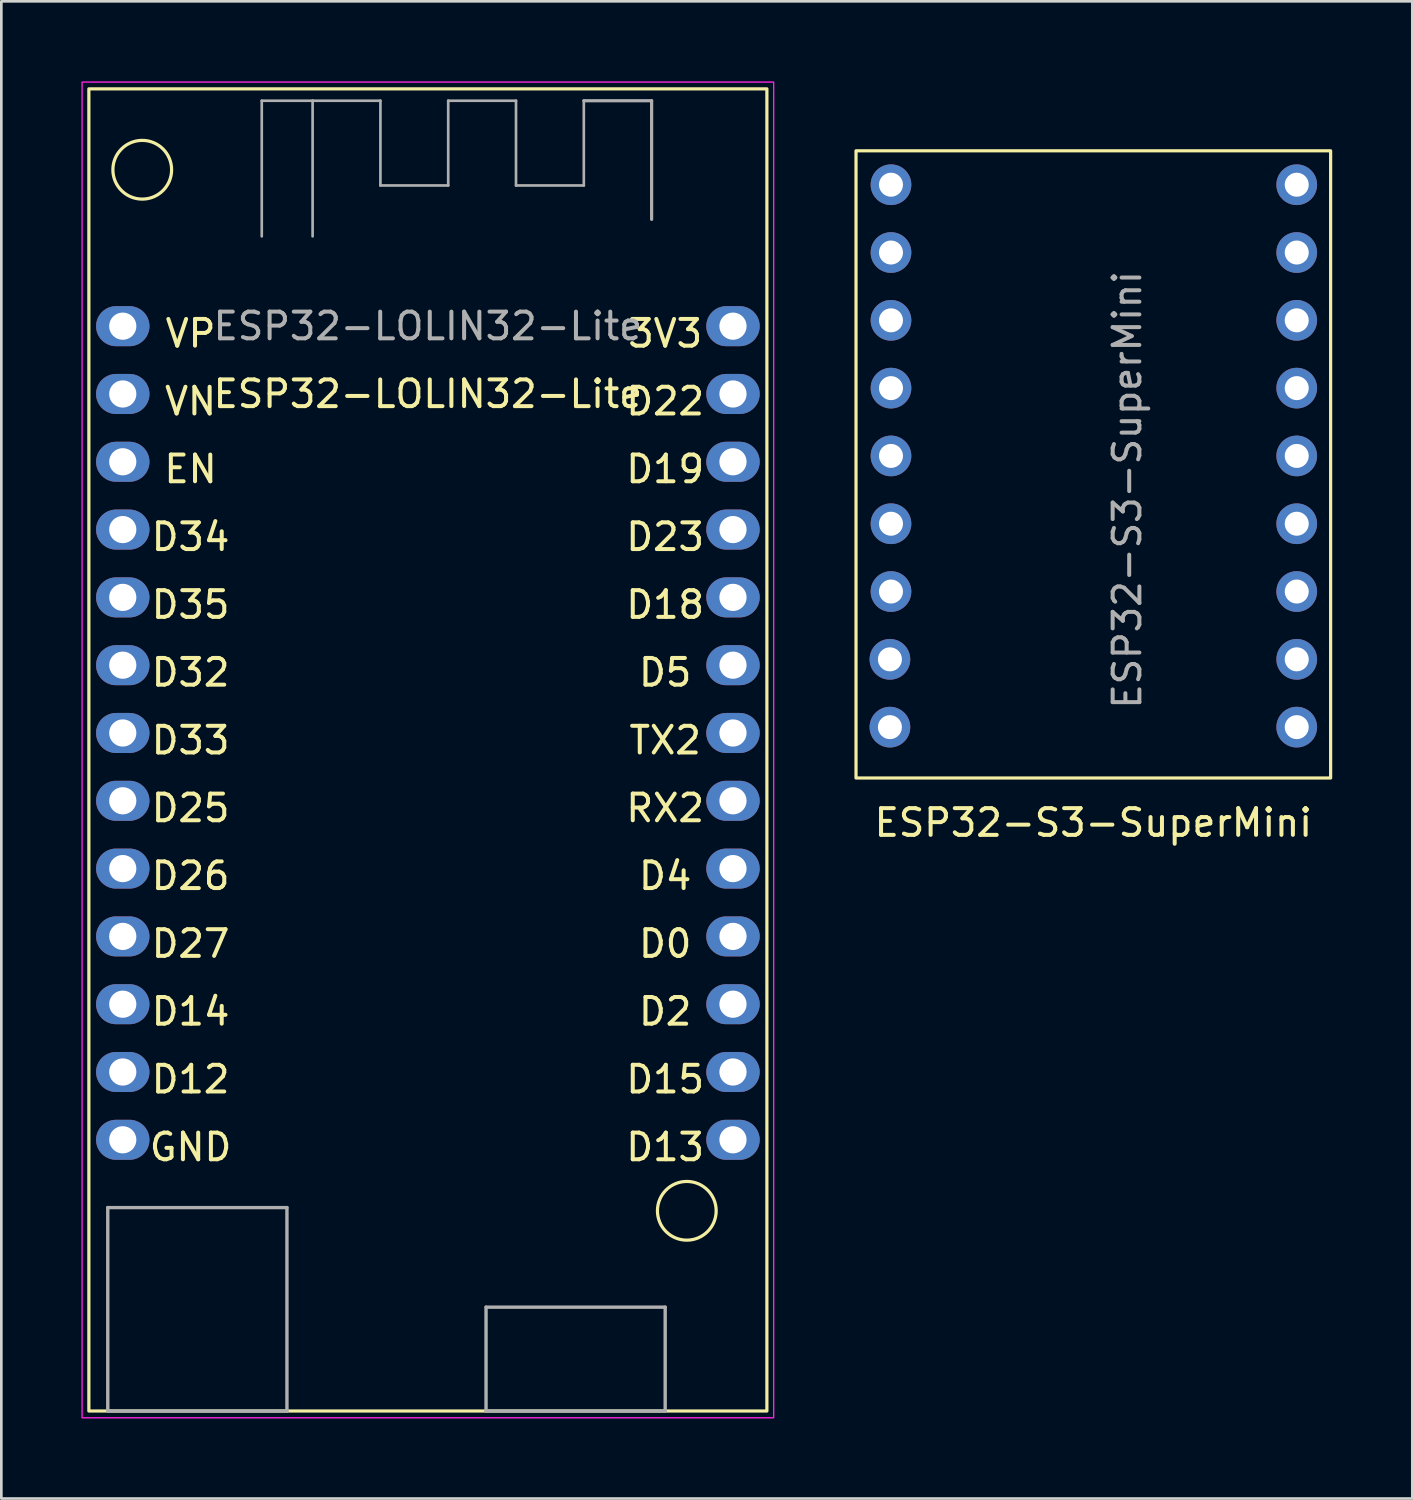
<source format=kicad_pcb>
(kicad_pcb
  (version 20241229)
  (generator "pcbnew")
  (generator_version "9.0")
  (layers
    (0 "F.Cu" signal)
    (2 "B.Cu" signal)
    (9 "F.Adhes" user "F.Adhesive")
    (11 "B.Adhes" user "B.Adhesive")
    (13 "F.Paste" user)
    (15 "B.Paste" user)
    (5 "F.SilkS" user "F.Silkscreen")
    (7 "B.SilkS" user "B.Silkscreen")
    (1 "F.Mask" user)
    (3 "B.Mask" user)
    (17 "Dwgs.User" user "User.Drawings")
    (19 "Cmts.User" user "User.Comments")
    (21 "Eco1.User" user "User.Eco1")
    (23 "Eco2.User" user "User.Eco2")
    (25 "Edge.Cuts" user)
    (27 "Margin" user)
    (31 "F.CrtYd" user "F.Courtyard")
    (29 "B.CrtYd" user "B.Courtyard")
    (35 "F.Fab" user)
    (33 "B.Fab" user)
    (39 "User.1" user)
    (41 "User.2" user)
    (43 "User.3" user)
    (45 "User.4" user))
  (footprint "ESP32-LOLIN32-Lite"
    (layer "F.Cu")
    (at 12.979 24.409)
    (property "Reference" "ESP32-LOLIN32-Lite" (at 0 -12.7 0) (unlocked yes) (layer "F.SilkS") (effects (font (size 1 1) (thickness 0.15))))
    (attr through_hole)
    (fp_rect (start -12.7 25.4) (end 12.7 -24.13) (stroke (width 0.12) (type solid)) (fill no) (layer "F.SilkS"))
    (fp_circle (center -10.7 -21.1) (end -10.7 -22.2) (stroke (width 0.12) (type solid)) (fill no) (layer "F.SilkS"))
    (fp_circle (center 9.7 17.9) (end 9.7 16.8) (stroke (width 0.12) (type solid)) (fill no) (layer "F.SilkS"))
    (fp_rect (start -12.954 -24.384) (end 12.954 25.654) (stroke (width 0.05) (type solid)) (fill no) (layer "F.CrtYd"))
    (fp_line (start -11.992 17.78) (end -5.28 17.78) (stroke (width 0.127) (type solid)) (layer "F.Fab"))
    (fp_line (start -11.992 25.4) (end -11.992 17.78) (stroke (width 0.127) (type solid)) (layer "F.Fab"))
    (fp_line (start -6.223 -23.686) (end -4.318 -23.686) (stroke (width 0.1) (type solid)) (layer "F.Fab"))
    (fp_line (start -6.223 -18.605) (end -6.223 -23.686) (stroke (width 0.1) (type solid)) (layer "F.Fab"))
    (fp_line (start -5.28 17.78) (end -5.28 25.4) (stroke (width 0.127) (type solid)) (layer "F.Fab"))
    (fp_line (start -5.28 25.4) (end -11.992 25.4) (stroke (width 0.127) (type solid)) (layer "F.Fab"))
    (fp_line (start -4.318 -23.686) (end -4.318 -18.605) (stroke (width 0.1) (type solid)) (layer "F.Fab"))
    (fp_line (start -1.778 -23.686) (end -4.318 -23.686) (stroke (width 0.1) (type solid)) (layer "F.Fab"))
    (fp_line (start -1.778 -20.511) (end -1.778 -23.686) (stroke (width 0.1) (type solid)) (layer "F.Fab"))
    (fp_line (start 0.762 -23.686) (end 0.762 -20.511) (stroke (width 0.1) (type solid)) (layer "F.Fab"))
    (fp_line (start 0.762 -20.511) (end -1.778 -20.511) (stroke (width 0.1) (type solid)) (layer "F.Fab"))
    (fp_line (start 2.179 21.51) (end 8.89 21.51) (stroke (width 0.127) (type solid)) (layer "F.Fab"))
    (fp_line (start 2.179 25.4) (end 2.179 21.51) (stroke (width 0.127) (type solid)) (layer "F.Fab"))
    (fp_line (start 3.302 -23.686) (end 0.762 -23.686) (stroke (width 0.1) (type solid)) (layer "F.Fab"))
    (fp_line (start 3.302 -20.511) (end 3.302 -23.686) (stroke (width 0.1) (type solid)) (layer "F.Fab"))
    (fp_line (start 5.842 -23.686) (end 5.842 -20.511) (stroke (width 0.1) (type solid)) (layer "F.Fab"))
    (fp_line (start 5.842 -20.511) (end 3.302 -20.511) (stroke (width 0.1) (type solid)) (layer "F.Fab"))
    (fp_line (start 8.382 -23.686) (end 5.842 -23.686) (stroke (width 0.12) (type solid)) (layer "F.Fab"))
    (fp_line (start 8.382 -19.241) (end 8.382 -23.686) (stroke (width 0.12) (type solid)) (layer "F.Fab"))
    (fp_line (start 8.89 21.51) (end 8.89 25.4) (stroke (width 0.127) (type solid)) (layer "F.Fab"))
    (fp_line (start 8.89 25.4) (end 2.179 25.4) (stroke (width 0.127) (type solid)) (layer "F.Fab"))
    (fp_text user "D15" (at 8.89 12.975 0) (unlocked yes) (layer "F.SilkS") (effects (font (size 1 1) (thickness 0.15))))
    (fp_text user "TX2" (at 8.89 0.275 0) (unlocked yes) (layer "F.SilkS") (effects (font (size 1 1) (thickness 0.15))))
    (fp_text user "VN" (at -8.89 -12.425 0) (unlocked yes) (layer "F.SilkS") (effects (font (size 1 1) (thickness 0.15))))
    (fp_text user "VP" (at -8.89 -14.965 0) (unlocked yes) (layer "F.SilkS") (effects (font (size 1 1) (thickness 0.15))))
    (fp_text user "GND" (at -8.89 15.515 0) (unlocked yes) (layer "F.SilkS") (effects (font (size 1 1) (thickness 0.15))))
    (fp_text user "D32" (at -8.89 -2.265 0) (unlocked yes) (layer "F.SilkS") (effects (font (size 1 1) (thickness 0.15))))
    (fp_text user "D33" (at -8.89 0.275 0) (unlocked yes) (layer "F.SilkS") (effects (font (size 1 1) (thickness 0.15))))
    (fp_text user "3V3" (at 8.89 -14.965 0) (unlocked yes) (layer "F.SilkS") (effects (font (size 1 1) (thickness 0.15))))
    (fp_text user "RX2" (at 8.89 2.815 0) (unlocked yes) (layer "F.SilkS") (effects (font (size 1 1) (thickness 0.15))))
    (fp_text user "D14" (at -8.89 10.435 0) (unlocked yes) (layer "F.SilkS") (effects (font (size 1 1) (thickness 0.15))))
    (fp_text user "EN" (at -8.89 -9.885 0) (unlocked yes) (layer "F.SilkS") (effects (font (size 1 1) (thickness 0.15))))
    (fp_text user "D5" (at 8.89 -2.265 0) (unlocked yes) (layer "F.SilkS") (effects (font (size 1 1) (thickness 0.15))))
    (fp_text user "D4" (at 8.89 5.355 0) (unlocked yes) (layer "F.SilkS") (effects (font (size 1 1) (thickness 0.15))))
    (fp_text user "D22" (at 8.89 -12.425 0) (unlocked yes) (layer "F.SilkS") (effects (font (size 1 1) (thickness 0.15))))
    (fp_text user "D0" (at 8.89 7.895 0) (unlocked yes) (layer "F.SilkS") (effects (font (size 1 1) (thickness 0.15))))
    (fp_text user "D13" (at 8.89 15.515 0) (unlocked yes) (layer "F.SilkS") (effects (font (size 1 1) (thickness 0.15))))
    (fp_text user "D27" (at -8.89 7.895 0) (unlocked yes) (layer "F.SilkS") (effects (font (size 1 1) (thickness 0.15))))
    (fp_text user "D2" (at 8.89 10.435 0) (unlocked yes) (layer "F.SilkS") (effects (font (size 1 1) (thickness 0.15))))
    (fp_text user "D18" (at 8.89 -4.805 0) (unlocked yes) (layer "F.SilkS") (effects (font (size 1 1) (thickness 0.15))))
    (fp_text user "D35" (at -8.89 -4.805 0) (unlocked yes) (layer "F.SilkS") (effects (font (size 1 1) (thickness 0.15))))
    (fp_text user "D12" (at -8.89 12.975 0) (unlocked yes) (layer "F.SilkS") (effects (font (size 1 1) (thickness 0.15))))
    (fp_text user "D19" (at 8.89 -9.885 0) (unlocked yes) (layer "F.SilkS") (effects (font (size 1 1) (thickness 0.15))))
    (fp_text user "D25" (at -8.89 2.815 0) (unlocked yes) (layer "F.SilkS") (effects (font (size 1 1) (thickness 0.15))))
    (fp_text user "D26" (at -8.89 5.355 0) (unlocked yes) (layer "F.SilkS") (effects (font (size 1 1) (thickness 0.15))))
    (fp_text user "D23" (at 8.89 -7.345 0) (unlocked yes) (layer "F.SilkS") (effects (font (size 1 1) (thickness 0.15))))
    (fp_text user "D34" (at -8.89 -7.345 0) (unlocked yes) (layer "F.SilkS") (effects (font (size 1 1) (thickness 0.15))))
    (fp_text user "${REFERENCE}" (at 0 -15.24 0) (unlocked yes) (layer "F.Fab") (effects (font (size 1 1) (thickness 0.15))))
    (pad "5" thru_hole oval (at -11.43 -15.24) (size 2 1.5) (drill 1.02) (layers "*.Cu" "*.Mask"))
    (pad "8" thru_hole oval (at -11.43 -12.7) (size 2 1.5) (drill 1.02) (layers "*.Cu" "*.Mask"))
    (pad "9" thru_hole oval (at -11.43 -10.16) (size 2 1.5) (drill 1.02) (layers "*.Cu" "*.Mask"))
    (pad "10" thru_hole oval (at -11.43 -7.62) (size 2 1.5) (drill 1.02) (layers "*.Cu" "*.Mask"))
    (pad "11" thru_hole oval (at -11.43 -5.08) (size 2 1.5) (drill 1.02) (layers "*.Cu" "*.Mask"))
    (pad "12" thru_hole oval (at -11.43 -2.54) (size 2 1.5) (drill 1.02) (layers "*.Cu" "*.Mask"))
    (pad "13" thru_hole oval (at -11.43 0) (size 2 1.5) (drill 1.02) (layers "*.Cu" "*.Mask"))
    (pad "14" thru_hole oval (at -11.43 2.54) (size 2 1.5) (drill 1.02) (layers "*.Cu" "*.Mask"))
    (pad "15" thru_hole oval (at -11.43 5.08) (size 2 1.5) (drill 1.02) (layers "*.Cu" "*.Mask"))
    (pad "16" thru_hole oval (at -11.43 7.62) (size 2 1.5) (drill 1.02) (layers "*.Cu" "*.Mask"))
    (pad "17" thru_hole oval (at -11.43 10.16) (size 2 1.5) (drill 1.02) (layers "*.Cu" "*.Mask"))
    (pad "18" thru_hole oval (at -11.43 12.7) (size 2 1.5) (drill 1.02) (layers "*.Cu" "*.Mask"))
    (pad "19" thru_hole oval (at -11.43 15.24) (size 2 1.5) (drill 1.02) (layers "*.Cu" "*.Mask"))
    (pad "20" thru_hole oval (at 11.43 15.24) (size 2 1.5) (drill 1.02) (layers "*.Cu" "*.Mask"))
    (pad "21" thru_hole oval (at 11.43 12.7) (size 2 1.5) (drill 1.02) (layers "*.Cu" "*.Mask"))
    (pad "22" thru_hole oval (at 11.43 10.16) (size 2 1.5) (drill 1.02) (layers "*.Cu" "*.Mask"))
    (pad "23" thru_hole oval (at 11.43 7.62) (size 2 1.5) (drill 1.02) (layers "*.Cu" "*.Mask"))
    (pad "24" thru_hole oval (at 11.43 5.08) (size 2 1.5) (drill 1.02) (layers "*.Cu" "*.Mask"))
    (pad "25" thru_hole oval (at 11.43 2.54) (size 2 1.5) (drill 1.02) (layers "*.Cu" "*.Mask"))
    (pad "27" thru_hole oval (at 11.43 0) (size 2 1.5) (drill 1.02) (layers "*.Cu" "*.Mask"))
    (pad "34" thru_hole oval (at 11.43 -2.54) (size 2 1.5) (drill 1.02) (layers "*.Cu" "*.Mask"))
    (pad "35" thru_hole oval (at 11.43 -5.08) (size 2 1.5) (drill 1.02) (layers "*.Cu" "*.Mask"))
    (pad "36" thru_hole oval (at 11.43 -7.62) (size 2 1.5) (drill 1.02) (layers "*.Cu" "*.Mask"))
    (pad "38" thru_hole oval (at 11.43 -10.16) (size 2 1.5) (drill 1.02) (layers "*.Cu" "*.Mask"))
    (pad "39" thru_hole oval (at 11.43 -12.7) (size 2 1.5) (drill 1.02) (layers "*.Cu" "*.Mask"))
    (pad "40" thru_hole oval (at 11.43 -15.24) (size 2 1.5) (drill 1.02) (layers "*.Cu" "*.Mask")))
  (footprint "ESP32-S3-SuperMini"
    (layer "F.Cu")
    (at 37.908 14.03)
    (property "Reference" "ESP32-S3-SuperMini" (at 0 13.74 0) (unlocked yes) (layer "F.SilkS") (effects (font (size 1 1) (thickness 0.15))))
    (attr through_hole)
    (fp_rect (start -8.89 -11.43) (end 8.89 12.065) (stroke (width 0.12) (type default)) (fill no) (layer "F.SilkS"))
    (fp_rect (start -5.08 -5.08) (end -2.54 -3.81) (stroke (width 0.12) (type default)) (fill no) (layer "User.1"))
    (fp_rect (start -5.08 8.89) (end 1.27 11.43) (stroke (width 0.12) (type default)) (fill no) (layer "User.1"))
    (fp_rect (start -3.81 -13.97) (end 3.81 -6.35) (stroke (width 0.12) (type default)) (fill no) (layer "User.1"))
    (fp_rect (start 2.54 -5.08) (end 5.08 -3.81) (stroke (width 0.12) (type default)) (fill no) (layer "User.1"))
    (fp_text user "${REFERENCE}" (at 1.27 1.27 90) (unlocked yes) (layer "F.Fab") (effects (font (size 1 1) (thickness 0.15))))
    (pad "1" thru_hole circle (at -7.58 -10.16) (size 1.524 1.524) (drill 0.9) (layers "*.Cu" "*.Mask"))
    (pad "2" thru_hole circle (at -7.58 -7.62) (size 1.524 1.524) (drill 0.9) (layers "*.Cu" "*.Mask"))
    (pad "3" thru_hole circle (at -7.58 -5.08) (size 1.524 1.524) (drill 0.9) (layers "*.Cu" "*.Mask"))
    (pad "4" thru_hole circle (at -7.58 -2.54) (size 1.524 1.524) (drill 0.9) (layers "*.Cu" "*.Mask"))
    (pad "5" thru_hole circle (at -7.58 0) (size 1.524 1.524) (drill 0.9) (layers "*.Cu" "*.Mask"))
    (pad "6" thru_hole circle (at -7.58 2.54) (size 1.524 1.524) (drill 0.9) (layers "*.Cu" "*.Mask"))
    (pad "7" thru_hole circle (at -7.58 5.08) (size 1.524 1.524) (drill 0.9) (layers "*.Cu" "*.Mask"))
    (pad "8" thru_hole circle (at -7.62 7.62) (size 1.524 1.524) (drill 0.9) (layers "*.Cu" "*.Mask"))
    (pad "9" thru_hole circle (at -7.62 10.16) (size 1.524 1.524) (drill 0.9) (layers "*.Cu" "*.Mask"))
    (pad "10" thru_hole circle (at 7.62 10.16) (size 1.524 1.524) (drill 0.9) (layers "*.Cu" "*.Mask"))
    (pad "11" thru_hole circle (at 7.62 7.62) (size 1.524 1.524) (drill 0.9) (layers "*.Cu" "*.Mask"))
    (pad "12" thru_hole circle (at 7.62 5.08) (size 1.524 1.524) (drill 0.9) (layers "*.Cu" "*.Mask"))
    (pad "13" thru_hole circle (at 7.62 2.54) (size 1.524 1.524) (drill 0.9) (layers "*.Cu" "*.Mask"))
    (pad "14" thru_hole circle (at 7.62 0) (size 1.524 1.524) (drill 0.9) (layers "*.Cu" "*.Mask"))
    (pad "15" thru_hole circle (at 7.62 -2.54) (size 1.524 1.524) (drill 0.9) (layers "*.Cu" "*.Mask"))
    (pad "16" thru_hole circle (at 7.62 -10.16) (size 1.524 1.524) (drill 0.9) (layers "*.Cu" "*.Mask"))
    (pad "16" thru_hole circle (at 7.62 -7.62) (size 1.524 1.524) (drill 0.9) (layers "*.Cu" "*.Mask"))
    (pad "16" thru_hole circle (at 7.62 -5.08) (size 1.524 1.524) (drill 0.9) (layers "*.Cu" "*.Mask")))
  (gr_rect
    (start -3 -3)
    (end 49.858 53.088)
    (stroke (width 0.1) (type default))
    (fill no)
    (layer "Edge.Cuts")))
</source>
